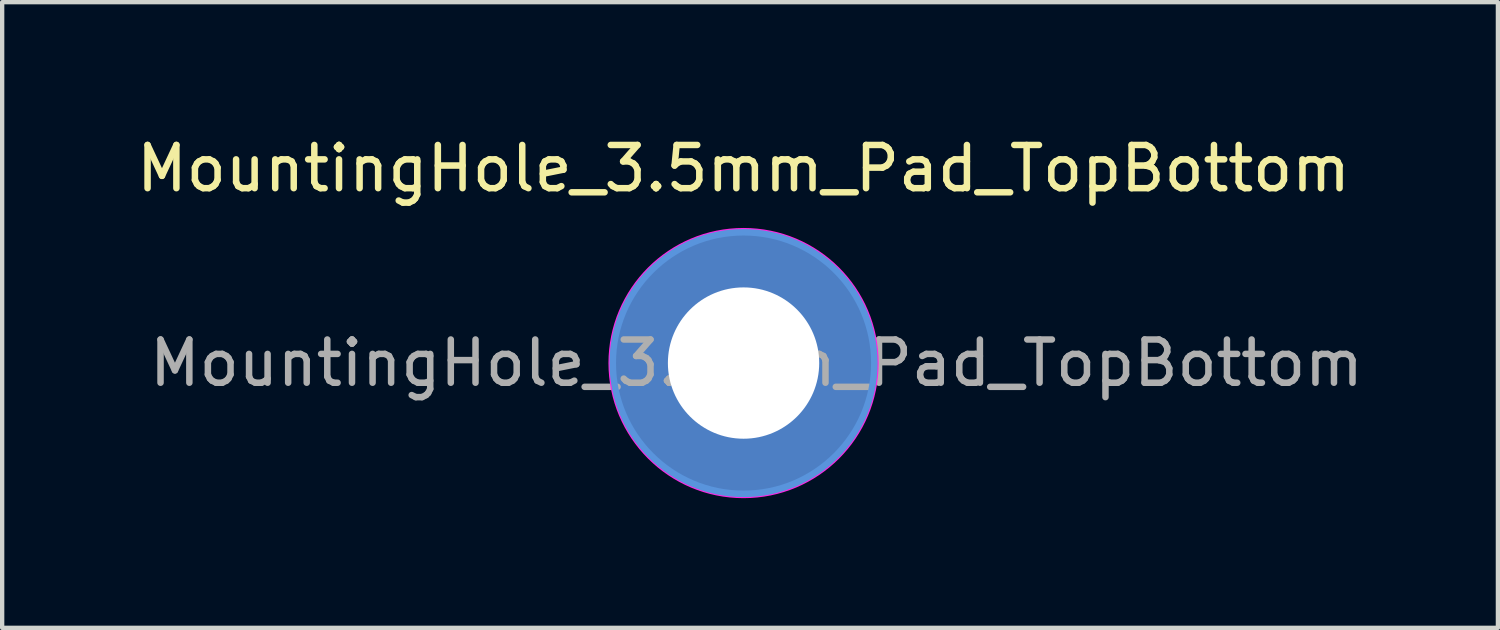
<source format=kicad_pcb>
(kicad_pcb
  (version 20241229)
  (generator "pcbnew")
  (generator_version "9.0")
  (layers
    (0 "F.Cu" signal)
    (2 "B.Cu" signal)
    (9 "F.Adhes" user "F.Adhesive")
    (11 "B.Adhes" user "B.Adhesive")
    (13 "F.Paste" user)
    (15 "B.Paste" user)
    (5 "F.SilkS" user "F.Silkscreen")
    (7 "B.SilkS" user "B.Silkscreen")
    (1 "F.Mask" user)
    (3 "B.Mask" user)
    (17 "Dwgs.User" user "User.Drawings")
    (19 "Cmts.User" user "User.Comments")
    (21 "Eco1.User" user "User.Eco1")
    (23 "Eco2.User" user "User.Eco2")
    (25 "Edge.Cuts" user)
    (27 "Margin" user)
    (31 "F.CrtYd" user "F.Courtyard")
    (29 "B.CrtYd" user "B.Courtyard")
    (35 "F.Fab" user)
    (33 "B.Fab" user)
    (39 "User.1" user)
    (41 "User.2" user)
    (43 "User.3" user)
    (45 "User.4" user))
  (footprint "MountingHole_3.5mm_Pad_TopBottom"
    (layer "F.Cu")
    (at 14.149 5.348)
    (property "Reference" "MountingHole_3.5mm_Pad_TopBottom" (at 0 -4.5 0) (layer "F.SilkS") (effects (font (size 1 1) (thickness 0.15))))
    (attr exclude_from_pos_files exclude_from_bom)
    (fp_circle (center 0 0) (end 3.025 0) (stroke (width 0.15) (type solid)) (fill no) (layer "Cmts.User"))
    (fp_circle (center 0 0) (end 3.1 0) (stroke (width 0.05) (type solid)) (fill no) (layer "F.CrtYd"))
    (fp_text user "${REFERENCE}" (at 0.3 0 0) (layer "F.Fab") (effects (font (size 1 1) (thickness 0.15))))
    (pad "1" thru_hole circle (at 0 0) (size 3.9 3.9) (drill 3.5) (layers "*.Cu" "*.Mask"))
    (pad "1" connect circle (at 0 0) (size 6 6) (layers "F.Cu" "F.Mask"))
    (pad "1" connect circle (at 0 0) (size 6 6) (layers "B.Cu" "B.Mask")))
  (gr_rect
    (start -3 -3)
    (end 31.598 11.473)
    (stroke (width 0.1) (type default))
    (fill no)
    (layer "Edge.Cuts")))
</source>
